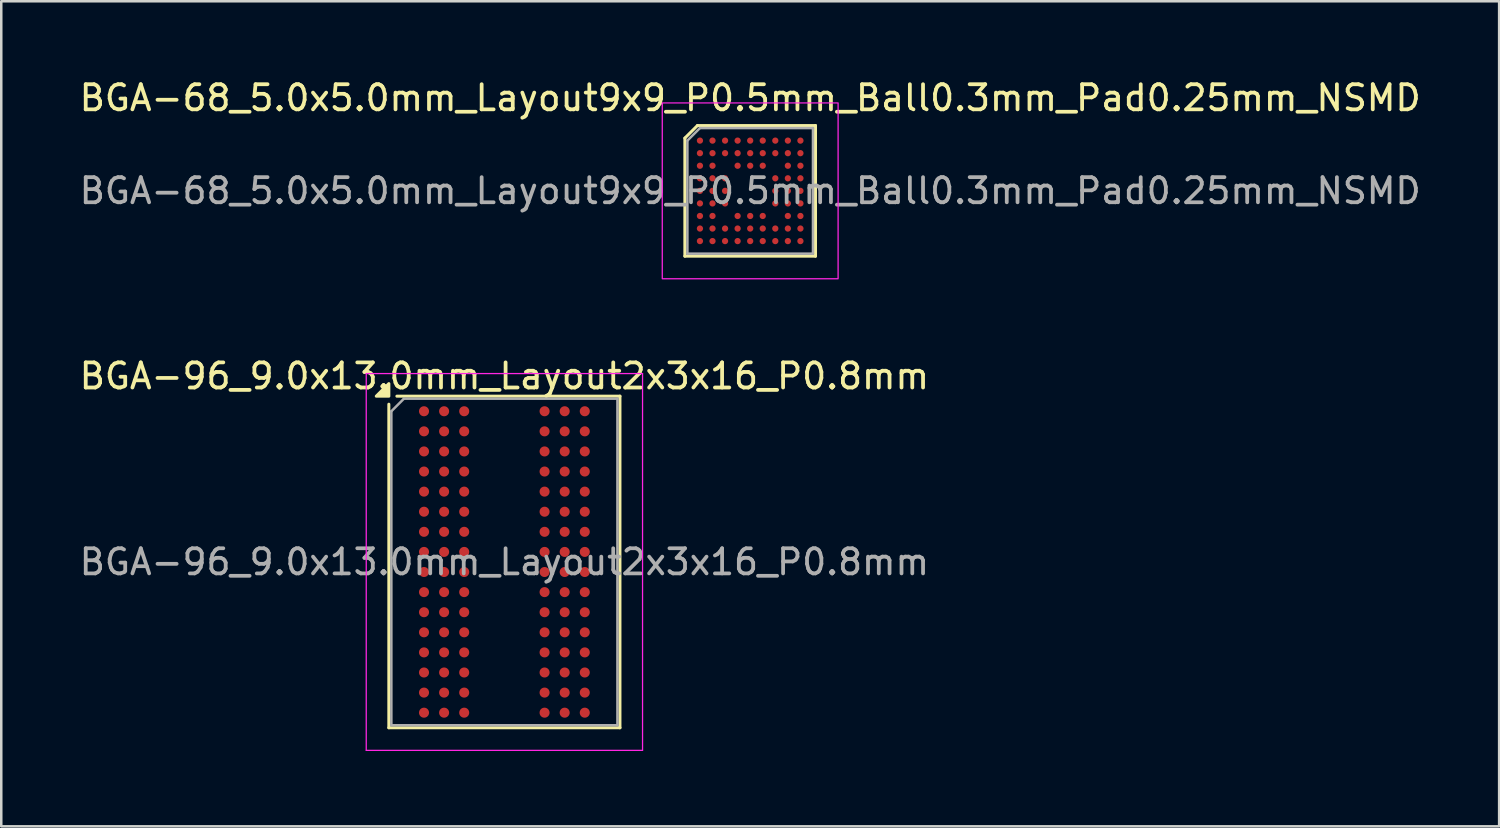
<source format=kicad_pcb>
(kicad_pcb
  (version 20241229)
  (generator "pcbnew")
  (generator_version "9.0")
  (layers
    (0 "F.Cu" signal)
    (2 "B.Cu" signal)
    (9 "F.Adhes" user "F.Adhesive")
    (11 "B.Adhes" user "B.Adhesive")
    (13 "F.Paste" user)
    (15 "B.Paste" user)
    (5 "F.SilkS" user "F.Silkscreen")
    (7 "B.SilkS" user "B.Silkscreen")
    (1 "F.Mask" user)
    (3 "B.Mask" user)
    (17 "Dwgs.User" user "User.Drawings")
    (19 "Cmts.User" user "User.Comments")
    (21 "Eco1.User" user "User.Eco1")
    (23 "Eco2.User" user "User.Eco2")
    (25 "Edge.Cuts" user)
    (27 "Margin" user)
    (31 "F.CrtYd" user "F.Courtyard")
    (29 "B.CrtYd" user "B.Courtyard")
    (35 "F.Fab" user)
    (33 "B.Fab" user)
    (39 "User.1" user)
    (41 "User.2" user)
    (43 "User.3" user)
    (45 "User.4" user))
  (footprint "BGA-96_9.0x13.0mm_Layout2x3x16_P0.8mm"
    (layer "F.Cu")
    (at 17.03 19.322)
    (property "Reference" "BGA-96_9.0x13.0mm_Layout2x3x16_P0.8mm" (at 0 -7.4 0) (layer "F.SilkS") (effects (font (size 1 1) (thickness 0.15))))
    (attr smd)
    (fp_line (start -4.6 -6.28) (end -4.6 6.6) (stroke (width 0.12) (type solid)) (layer "F.SilkS"))
    (fp_line (start -4.6 6.6) (end 4.6 6.6) (stroke (width 0.12) (type solid)) (layer "F.SilkS"))
    (fp_line (start 4.6 -6.6) (end -4.28 -6.6) (stroke (width 0.12) (type solid)) (layer "F.SilkS"))
    (fp_line (start 4.6 6.6) (end 4.6 -6.6) (stroke (width 0.12) (type solid)) (layer "F.SilkS"))
    (fp_poly (pts (xy -4.6 -6.6) (xy -5.1 -6.6) (xy -4.6 -7.1) (xy -4.6 -6.6)) (stroke (width 0.12) (type solid)) (fill yes) (layer "F.SilkS"))
    (fp_line (start -5.5 -7.5) (end -5.5 7.5) (stroke (width 0.05) (type solid)) (layer "F.CrtYd"))
    (fp_line (start -5.5 -7.5) (end 5.5 -7.5) (stroke (width 0.05) (type solid)) (layer "F.CrtYd"))
    (fp_line (start 5.5 7.5) (end -5.5 7.5) (stroke (width 0.05) (type solid)) (layer "F.CrtYd"))
    (fp_line (start 5.5 7.5) (end 5.5 -7.5) (stroke (width 0.05) (type solid)) (layer "F.CrtYd"))
    (fp_line (start -4.5 -6) (end -4.5 6.5) (stroke (width 0.1) (type solid)) (layer "F.Fab"))
    (fp_line (start -4.5 6.5) (end 4.5 6.5) (stroke (width 0.1) (type solid)) (layer "F.Fab"))
    (fp_line (start -4 -6.5) (end -4.5 -6) (stroke (width 0.1) (type solid)) (layer "F.Fab"))
    (fp_line (start 4.5 -6.5) (end -4 -6.5) (stroke (width 0.1) (type solid)) (layer "F.Fab"))
    (fp_line (start 4.5 6.5) (end 4.5 -6.5) (stroke (width 0.1) (type solid)) (layer "F.Fab"))
    (fp_text user "${REFERENCE}" (at 0 0 0) (layer "F.Fab") (effects (font (size 1 1) (thickness 0.15))))
    (pad "A1" smd circle (at -3.2 -6) (size 0.4 0.4) (property pad_prop_bga) (layers "F.Cu" "F.Mask" "F.Paste"))
    (pad "A2" smd circle (at -2.4 -6) (size 0.4 0.4) (property pad_prop_bga) (layers "F.Cu" "F.Mask" "F.Paste"))
    (pad "A3" smd circle (at -1.6 -6) (size 0.4 0.4) (property pad_prop_bga) (layers "F.Cu" "F.Mask" "F.Paste"))
    (pad "A7" smd circle (at 1.6 -6) (size 0.4 0.4) (property pad_prop_bga) (layers "F.Cu" "F.Mask" "F.Paste"))
    (pad "A8" smd circle (at 2.4 -6) (size 0.4 0.4) (property pad_prop_bga) (layers "F.Cu" "F.Mask" "F.Paste"))
    (pad "A9" smd circle (at 3.2 -6) (size 0.4 0.4) (property pad_prop_bga) (layers "F.Cu" "F.Mask" "F.Paste"))
    (pad "B1" smd circle (at -3.2 -5.2) (size 0.4 0.4) (property pad_prop_bga) (layers "F.Cu" "F.Mask" "F.Paste"))
    (pad "B2" smd circle (at -2.4 -5.2) (size 0.4 0.4) (property pad_prop_bga) (layers "F.Cu" "F.Mask" "F.Paste"))
    (pad "B3" smd circle (at -1.6 -5.2) (size 0.4 0.4) (property pad_prop_bga) (layers "F.Cu" "F.Mask" "F.Paste"))
    (pad "B7" smd circle (at 1.6 -5.2) (size 0.4 0.4) (property pad_prop_bga) (layers "F.Cu" "F.Mask" "F.Paste"))
    (pad "B8" smd circle (at 2.4 -5.2) (size 0.4 0.4) (property pad_prop_bga) (layers "F.Cu" "F.Mask" "F.Paste"))
    (pad "B9" smd circle (at 3.2 -5.2) (size 0.4 0.4) (property pad_prop_bga) (layers "F.Cu" "F.Mask" "F.Paste"))
    (pad "C1" smd circle (at -3.2 -4.4) (size 0.4 0.4) (property pad_prop_bga) (layers "F.Cu" "F.Mask" "F.Paste"))
    (pad "C2" smd circle (at -2.4 -4.4) (size 0.4 0.4) (property pad_prop_bga) (layers "F.Cu" "F.Mask" "F.Paste"))
    (pad "C3" smd circle (at -1.6 -4.4) (size 0.4 0.4) (property pad_prop_bga) (layers "F.Cu" "F.Mask" "F.Paste"))
    (pad "C7" smd circle (at 1.6 -4.4) (size 0.4 0.4) (property pad_prop_bga) (layers "F.Cu" "F.Mask" "F.Paste"))
    (pad "C8" smd circle (at 2.4 -4.4) (size 0.4 0.4) (property pad_prop_bga) (layers "F.Cu" "F.Mask" "F.Paste"))
    (pad "C9" smd circle (at 3.2 -4.4) (size 0.4 0.4) (property pad_prop_bga) (layers "F.Cu" "F.Mask" "F.Paste"))
    (pad "D1" smd circle (at -3.2 -3.6) (size 0.4 0.4) (property pad_prop_bga) (layers "F.Cu" "F.Mask" "F.Paste"))
    (pad "D2" smd circle (at -2.4 -3.6) (size 0.4 0.4) (property pad_prop_bga) (layers "F.Cu" "F.Mask" "F.Paste"))
    (pad "D3" smd circle (at -1.6 -3.6) (size 0.4 0.4) (property pad_prop_bga) (layers "F.Cu" "F.Mask" "F.Paste"))
    (pad "D7" smd circle (at 1.6 -3.6) (size 0.4 0.4) (property pad_prop_bga) (layers "F.Cu" "F.Mask" "F.Paste"))
    (pad "D8" smd circle (at 2.4 -3.6) (size 0.4 0.4) (property pad_prop_bga) (layers "F.Cu" "F.Mask" "F.Paste"))
    (pad "D9" smd circle (at 3.2 -3.6) (size 0.4 0.4) (property pad_prop_bga) (layers "F.Cu" "F.Mask" "F.Paste"))
    (pad "E1" smd circle (at -3.2 -2.8) (size 0.4 0.4) (property pad_prop_bga) (layers "F.Cu" "F.Mask" "F.Paste"))
    (pad "E2" smd circle (at -2.4 -2.8) (size 0.4 0.4) (property pad_prop_bga) (layers "F.Cu" "F.Mask" "F.Paste"))
    (pad "E3" smd circle (at -1.6 -2.8) (size 0.4 0.4) (property pad_prop_bga) (layers "F.Cu" "F.Mask" "F.Paste"))
    (pad "E7" smd circle (at 1.6 -2.8) (size 0.4 0.4) (property pad_prop_bga) (layers "F.Cu" "F.Mask" "F.Paste"))
    (pad "E8" smd circle (at 2.4 -2.8) (size 0.4 0.4) (property pad_prop_bga) (layers "F.Cu" "F.Mask" "F.Paste"))
    (pad "E9" smd circle (at 3.2 -2.8) (size 0.4 0.4) (property pad_prop_bga) (layers "F.Cu" "F.Mask" "F.Paste"))
    (pad "F1" smd circle (at -3.2 -2) (size 0.4 0.4) (property pad_prop_bga) (layers "F.Cu" "F.Mask" "F.Paste"))
    (pad "F2" smd circle (at -2.4 -2) (size 0.4 0.4) (property pad_prop_bga) (layers "F.Cu" "F.Mask" "F.Paste"))
    (pad "F3" smd circle (at -1.6 -2) (size 0.4 0.4) (property pad_prop_bga) (layers "F.Cu" "F.Mask" "F.Paste"))
    (pad "F7" smd circle (at 1.6 -2) (size 0.4 0.4) (property pad_prop_bga) (layers "F.Cu" "F.Mask" "F.Paste"))
    (pad "F8" smd circle (at 2.4 -2) (size 0.4 0.4) (property pad_prop_bga) (layers "F.Cu" "F.Mask" "F.Paste"))
    (pad "F9" smd circle (at 3.2 -2) (size 0.4 0.4) (property pad_prop_bga) (layers "F.Cu" "F.Mask" "F.Paste"))
    (pad "G1" smd circle (at -3.2 -1.2) (size 0.4 0.4) (property pad_prop_bga) (layers "F.Cu" "F.Mask" "F.Paste"))
    (pad "G2" smd circle (at -2.4 -1.2) (size 0.4 0.4) (property pad_prop_bga) (layers "F.Cu" "F.Mask" "F.Paste"))
    (pad "G3" smd circle (at -1.6 -1.2) (size 0.4 0.4) (property pad_prop_bga) (layers "F.Cu" "F.Mask" "F.Paste"))
    (pad "G7" smd circle (at 1.6 -1.2) (size 0.4 0.4) (property pad_prop_bga) (layers "F.Cu" "F.Mask" "F.Paste"))
    (pad "G8" smd circle (at 2.4 -1.2) (size 0.4 0.4) (property pad_prop_bga) (layers "F.Cu" "F.Mask" "F.Paste"))
    (pad "G9" smd circle (at 3.2 -1.2) (size 0.4 0.4) (property pad_prop_bga) (layers "F.Cu" "F.Mask" "F.Paste"))
    (pad "H1" smd circle (at -3.2 -0.4) (size 0.4 0.4) (property pad_prop_bga) (layers "F.Cu" "F.Mask" "F.Paste"))
    (pad "H2" smd circle (at -2.4 -0.4) (size 0.4 0.4) (property pad_prop_bga) (layers "F.Cu" "F.Mask" "F.Paste"))
    (pad "H3" smd circle (at -1.6 -0.4) (size 0.4 0.4) (property pad_prop_bga) (layers "F.Cu" "F.Mask" "F.Paste"))
    (pad "H7" smd circle (at 1.6 -0.4) (size 0.4 0.4) (property pad_prop_bga) (layers "F.Cu" "F.Mask" "F.Paste"))
    (pad "H8" smd circle (at 2.4 -0.4) (size 0.4 0.4) (property pad_prop_bga) (layers "F.Cu" "F.Mask" "F.Paste"))
    (pad "H9" smd circle (at 3.2 -0.4) (size 0.4 0.4) (property pad_prop_bga) (layers "F.Cu" "F.Mask" "F.Paste"))
    (pad "J1" smd circle (at -3.2 0.4) (size 0.4 0.4) (property pad_prop_bga) (layers "F.Cu" "F.Mask" "F.Paste"))
    (pad "J2" smd circle (at -2.4 0.4) (size 0.4 0.4) (property pad_prop_bga) (layers "F.Cu" "F.Mask" "F.Paste"))
    (pad "J3" smd circle (at -1.6 0.4) (size 0.4 0.4) (property pad_prop_bga) (layers "F.Cu" "F.Mask" "F.Paste"))
    (pad "J7" smd circle (at 1.6 0.4) (size 0.4 0.4) (property pad_prop_bga) (layers "F.Cu" "F.Mask" "F.Paste"))
    (pad "J8" smd circle (at 2.4 0.4) (size 0.4 0.4) (property pad_prop_bga) (layers "F.Cu" "F.Mask" "F.Paste"))
    (pad "J9" smd circle (at 3.2 0.4) (size 0.4 0.4) (property pad_prop_bga) (layers "F.Cu" "F.Mask" "F.Paste"))
    (pad "K1" smd circle (at -3.2 1.2) (size 0.4 0.4) (property pad_prop_bga) (layers "F.Cu" "F.Mask" "F.Paste"))
    (pad "K2" smd circle (at -2.4 1.2) (size 0.4 0.4) (property pad_prop_bga) (layers "F.Cu" "F.Mask" "F.Paste"))
    (pad "K3" smd circle (at -1.6 1.2) (size 0.4 0.4) (property pad_prop_bga) (layers "F.Cu" "F.Mask" "F.Paste"))
    (pad "K7" smd circle (at 1.6 1.2) (size 0.4 0.4) (property pad_prop_bga) (layers "F.Cu" "F.Mask" "F.Paste"))
    (pad "K8" smd circle (at 2.4 1.2) (size 0.4 0.4) (property pad_prop_bga) (layers "F.Cu" "F.Mask" "F.Paste"))
    (pad "K9" smd circle (at 3.2 1.2) (size 0.4 0.4) (property pad_prop_bga) (layers "F.Cu" "F.Mask" "F.Paste"))
    (pad "L1" smd circle (at -3.2 2) (size 0.4 0.4) (property pad_prop_bga) (layers "F.Cu" "F.Mask" "F.Paste"))
    (pad "L2" smd circle (at -2.4 2) (size 0.4 0.4) (property pad_prop_bga) (layers "F.Cu" "F.Mask" "F.Paste"))
    (pad "L3" smd circle (at -1.6 2) (size 0.4 0.4) (property pad_prop_bga) (layers "F.Cu" "F.Mask" "F.Paste"))
    (pad "L7" smd circle (at 1.6 2) (size 0.4 0.4) (property pad_prop_bga) (layers "F.Cu" "F.Mask" "F.Paste"))
    (pad "L8" smd circle (at 2.4 2) (size 0.4 0.4) (property pad_prop_bga) (layers "F.Cu" "F.Mask" "F.Paste"))
    (pad "L9" smd circle (at 3.2 2) (size 0.4 0.4) (property pad_prop_bga) (layers "F.Cu" "F.Mask" "F.Paste"))
    (pad "M1" smd circle (at -3.2 2.8) (size 0.4 0.4) (property pad_prop_bga) (layers "F.Cu" "F.Mask" "F.Paste"))
    (pad "M2" smd circle (at -2.4 2.8) (size 0.4 0.4) (property pad_prop_bga) (layers "F.Cu" "F.Mask" "F.Paste"))
    (pad "M3" smd circle (at -1.6 2.8) (size 0.4 0.4) (property pad_prop_bga) (layers "F.Cu" "F.Mask" "F.Paste"))
    (pad "M7" smd circle (at 1.6 2.8) (size 0.4 0.4) (property pad_prop_bga) (layers "F.Cu" "F.Mask" "F.Paste"))
    (pad "M8" smd circle (at 2.4 2.8) (size 0.4 0.4) (property pad_prop_bga) (layers "F.Cu" "F.Mask" "F.Paste"))
    (pad "M9" smd circle (at 3.2 2.8) (size 0.4 0.4) (property pad_prop_bga) (layers "F.Cu" "F.Mask" "F.Paste"))
    (pad "N1" smd circle (at -3.2 3.6) (size 0.4 0.4) (property pad_prop_bga) (layers "F.Cu" "F.Mask" "F.Paste"))
    (pad "N2" smd circle (at -2.4 3.6) (size 0.4 0.4) (property pad_prop_bga) (layers "F.Cu" "F.Mask" "F.Paste"))
    (pad "N3" smd circle (at -1.6 3.6) (size 0.4 0.4) (property pad_prop_bga) (layers "F.Cu" "F.Mask" "F.Paste"))
    (pad "N7" smd circle (at 1.6 3.6) (size 0.4 0.4) (property pad_prop_bga) (layers "F.Cu" "F.Mask" "F.Paste"))
    (pad "N8" smd circle (at 2.4 3.6) (size 0.4 0.4) (property pad_prop_bga) (layers "F.Cu" "F.Mask" "F.Paste"))
    (pad "N9" smd circle (at 3.2 3.6) (size 0.4 0.4) (property pad_prop_bga) (layers "F.Cu" "F.Mask" "F.Paste"))
    (pad "P1" smd circle (at -3.2 4.4) (size 0.4 0.4) (property pad_prop_bga) (layers "F.Cu" "F.Mask" "F.Paste"))
    (pad "P2" smd circle (at -2.4 4.4) (size 0.4 0.4) (property pad_prop_bga) (layers "F.Cu" "F.Mask" "F.Paste"))
    (pad "P3" smd circle (at -1.6 4.4) (size 0.4 0.4) (property pad_prop_bga) (layers "F.Cu" "F.Mask" "F.Paste"))
    (pad "P7" smd circle (at 1.6 4.4) (size 0.4 0.4) (property pad_prop_bga) (layers "F.Cu" "F.Mask" "F.Paste"))
    (pad "P8" smd circle (at 2.4 4.4) (size 0.4 0.4) (property pad_prop_bga) (layers "F.Cu" "F.Mask" "F.Paste"))
    (pad "P9" smd circle (at 3.2 4.4) (size 0.4 0.4) (property pad_prop_bga) (layers "F.Cu" "F.Mask" "F.Paste"))
    (pad "R1" smd circle (at -3.2 5.2) (size 0.4 0.4) (property pad_prop_bga) (layers "F.Cu" "F.Mask" "F.Paste"))
    (pad "R2" smd circle (at -2.4 5.2) (size 0.4 0.4) (property pad_prop_bga) (layers "F.Cu" "F.Mask" "F.Paste"))
    (pad "R3" smd circle (at -1.6 5.2) (size 0.4 0.4) (property pad_prop_bga) (layers "F.Cu" "F.Mask" "F.Paste"))
    (pad "R7" smd circle (at 1.6 5.2) (size 0.4 0.4) (property pad_prop_bga) (layers "F.Cu" "F.Mask" "F.Paste"))
    (pad "R8" smd circle (at 2.4 5.2) (size 0.4 0.4) (property pad_prop_bga) (layers "F.Cu" "F.Mask" "F.Paste"))
    (pad "R9" smd circle (at 3.2 5.2) (size 0.4 0.4) (property pad_prop_bga) (layers "F.Cu" "F.Mask" "F.Paste"))
    (pad "T1" smd circle (at -3.2 6) (size 0.4 0.4) (property pad_prop_bga) (layers "F.Cu" "F.Mask" "F.Paste"))
    (pad "T2" smd circle (at -2.4 6) (size 0.4 0.4) (property pad_prop_bga) (layers "F.Cu" "F.Mask" "F.Paste"))
    (pad "T3" smd circle (at -1.6 6) (size 0.4 0.4) (property pad_prop_bga) (layers "F.Cu" "F.Mask" "F.Paste"))
    (pad "T7" smd circle (at 1.6 6) (size 0.4 0.4) (property pad_prop_bga) (layers "F.Cu" "F.Mask" "F.Paste"))
    (pad "T8" smd circle (at 2.4 6) (size 0.4 0.4) (property pad_prop_bga) (layers "F.Cu" "F.Mask" "F.Paste"))
    (pad "T9" smd circle (at 3.2 6) (size 0.4 0.4) (property pad_prop_bga) (layers "F.Cu" "F.Mask" "F.Paste")))
  (footprint "BGA-68_5.0x5.0mm_Layout9x9_P0.5mm_Ball0.3mm_Pad0.25mm_NSMD"
    (layer "F.Cu")
    (at 26.815 4.548)
    (property "Reference" "BGA-68_5.0x5.0mm_Layout9x9_P0.5mm_Ball0.3mm_Pad0.25mm_NSMD" (at 0 -3.7 0) (layer "F.SilkS") (effects (font (size 1 1) (thickness 0.15))))
    (attr smd)
    (fp_line (start -2.6 -2.1) (end -2.6 2.6) (stroke (width 0.12) (type solid)) (layer "F.SilkS"))
    (fp_line (start -2.6 2.6) (end 2.6 2.6) (stroke (width 0.12) (type solid)) (layer "F.SilkS"))
    (fp_line (start -2.1 -2.6) (end -2.6 -2.1) (stroke (width 0.12) (type solid)) (layer "F.SilkS"))
    (fp_line (start 2.6 -2.6) (end -2.1 -2.6) (stroke (width 0.12) (type solid)) (layer "F.SilkS"))
    (fp_line (start 2.6 2.6) (end 2.6 -2.6) (stroke (width 0.12) (type solid)) (layer "F.SilkS"))
    (fp_rect (start 3.5 3.5) (end -3.5 -3.5) (stroke (width 0.05) (type solid)) (fill no) (layer "F.CrtYd"))
    (fp_line (start -2.5 -2) (end -2.5 2.5) (stroke (width 0.1) (type solid)) (layer "F.Fab"))
    (fp_line (start -2.5 2.5) (end 2.5 2.5) (stroke (width 0.1) (type solid)) (layer "F.Fab"))
    (fp_line (start -2 -2.5) (end -2.5 -2) (stroke (width 0.1) (type solid)) (layer "F.Fab"))
    (fp_line (start 2.5 -2.5) (end -2 -2.5) (stroke (width 0.1) (type solid)) (layer "F.Fab"))
    (fp_line (start 2.5 2.5) (end 2.5 -2.5) (stroke (width 0.1) (type solid)) (layer "F.Fab"))
    (fp_text user "${REFERENCE}" (at 0 0 0) (layer "F.Fab") (effects (font (size 1 1) (thickness 0.15))))
    (pad "A1" smd circle (at -2 -2) (size 0.25 0.25) (layers "F.Cu" "F.Mask" "F.Paste"))
    (pad "A2" smd circle (at -1.5 -2) (size 0.25 0.25) (layers "F.Cu" "F.Mask" "F.Paste"))
    (pad "A3" smd circle (at -1 -2) (size 0.25 0.25) (layers "F.Cu" "F.Mask" "F.Paste"))
    (pad "A4" smd circle (at -0.5 -2) (size 0.25 0.25) (layers "F.Cu" "F.Mask" "F.Paste"))
    (pad "A5" smd circle (at 0 -2) (size 0.25 0.25) (layers "F.Cu" "F.Mask" "F.Paste"))
    (pad "A6" smd circle (at 0.5 -2) (size 0.25 0.25) (layers "F.Cu" "F.Mask" "F.Paste"))
    (pad "A7" smd circle (at 1 -2) (size 0.25 0.25) (layers "F.Cu" "F.Mask" "F.Paste"))
    (pad "A8" smd circle (at 1.5 -2) (size 0.25 0.25) (layers "F.Cu" "F.Mask" "F.Paste"))
    (pad "A9" smd circle (at 2 -2) (size 0.25 0.25) (layers "F.Cu" "F.Mask" "F.Paste"))
    (pad "B1" smd circle (at -2 -1.5) (size 0.25 0.25) (layers "F.Cu" "F.Mask" "F.Paste"))
    (pad "B2" smd circle (at -1.5 -1.5) (size 0.25 0.25) (layers "F.Cu" "F.Mask" "F.Paste"))
    (pad "B3" smd circle (at -1 -1.5) (size 0.25 0.25) (layers "F.Cu" "F.Mask" "F.Paste"))
    (pad "B4" smd circle (at -0.5 -1.5) (size 0.25 0.25) (layers "F.Cu" "F.Mask" "F.Paste"))
    (pad "B5" smd circle (at 0 -1.5) (size 0.25 0.25) (layers "F.Cu" "F.Mask" "F.Paste"))
    (pad "B6" smd circle (at 0.5 -1.5) (size 0.25 0.25) (layers "F.Cu" "F.Mask" "F.Paste"))
    (pad "B7" smd circle (at 1 -1.5) (size 0.25 0.25) (layers "F.Cu" "F.Mask" "F.Paste"))
    (pad "B8" smd circle (at 1.5 -1.5) (size 0.25 0.25) (layers "F.Cu" "F.Mask" "F.Paste"))
    (pad "B9" smd circle (at 2 -1.5) (size 0.25 0.25) (layers "F.Cu" "F.Mask" "F.Paste"))
    (pad "C1" smd circle (at -2 -1) (size 0.25 0.25) (layers "F.Cu" "F.Mask" "F.Paste"))
    (pad "C2" smd circle (at -1.5 -1) (size 0.25 0.25) (layers "F.Cu" "F.Mask" "F.Paste"))
    (pad "C4" smd circle (at -0.5 -1) (size 0.25 0.25) (layers "F.Cu" "F.Mask" "F.Paste"))
    (pad "C5" smd circle (at 0 -1) (size 0.25 0.25) (layers "F.Cu" "F.Mask" "F.Paste"))
    (pad "C6" smd circle (at 0.5 -1) (size 0.25 0.25) (layers "F.Cu" "F.Mask" "F.Paste"))
    (pad "C8" smd circle (at 1.5 -1) (size 0.25 0.25) (layers "F.Cu" "F.Mask" "F.Paste"))
    (pad "C9" smd circle (at 2 -1) (size 0.25 0.25) (layers "F.Cu" "F.Mask" "F.Paste"))
    (pad "D1" smd circle (at -2 -0.5) (size 0.25 0.25) (layers "F.Cu" "F.Mask" "F.Paste"))
    (pad "D2" smd circle (at -1.5 -0.5) (size 0.25 0.25) (layers "F.Cu" "F.Mask" "F.Paste"))
    (pad "D3" smd circle (at -1 -0.5) (size 0.25 0.25) (layers "F.Cu" "F.Mask" "F.Paste"))
    (pad "D7" smd circle (at 1 -0.5) (size 0.25 0.25) (layers "F.Cu" "F.Mask" "F.Paste"))
    (pad "D8" smd circle (at 1.5 -0.5) (size 0.25 0.25) (layers "F.Cu" "F.Mask" "F.Paste"))
    (pad "D9" smd circle (at 2 -0.5) (size 0.25 0.25) (layers "F.Cu" "F.Mask" "F.Paste"))
    (pad "E1" smd circle (at -2 0) (size 0.25 0.25) (layers "F.Cu" "F.Mask" "F.Paste"))
    (pad "E2" smd circle (at -1.5 0) (size 0.25 0.25) (layers "F.Cu" "F.Mask" "F.Paste"))
    (pad "E3" smd circle (at -1 0) (size 0.25 0.25) (layers "F.Cu" "F.Mask" "F.Paste"))
    (pad "E7" smd circle (at 1 0) (size 0.25 0.25) (layers "F.Cu" "F.Mask" "F.Paste"))
    (pad "E8" smd circle (at 1.5 0) (size 0.25 0.25) (layers "F.Cu" "F.Mask" "F.Paste"))
    (pad "E9" smd circle (at 2 0) (size 0.25 0.25) (layers "F.Cu" "F.Mask" "F.Paste"))
    (pad "F1" smd circle (at -2 0.5) (size 0.25 0.25) (layers "F.Cu" "F.Mask" "F.Paste"))
    (pad "F2" smd circle (at -1.5 0.5) (size 0.25 0.25) (layers "F.Cu" "F.Mask" "F.Paste"))
    (pad "F3" smd circle (at -1 0.5) (size 0.25 0.25) (layers "F.Cu" "F.Mask" "F.Paste"))
    (pad "F7" smd circle (at 1 0.5) (size 0.25 0.25) (layers "F.Cu" "F.Mask" "F.Paste"))
    (pad "F8" smd circle (at 1.5 0.5) (size 0.25 0.25) (layers "F.Cu" "F.Mask" "F.Paste"))
    (pad "F9" smd circle (at 2 0.5) (size 0.25 0.25) (layers "F.Cu" "F.Mask" "F.Paste"))
    (pad "G1" smd circle (at -2 1) (size 0.25 0.25) (layers "F.Cu" "F.Mask" "F.Paste"))
    (pad "G2" smd circle (at -1.5 1) (size 0.25 0.25) (layers "F.Cu" "F.Mask" "F.Paste"))
    (pad "G4" smd circle (at -0.5 1) (size 0.25 0.25) (layers "F.Cu" "F.Mask" "F.Paste"))
    (pad "G5" smd circle (at 0 1) (size 0.25 0.25) (layers "F.Cu" "F.Mask" "F.Paste"))
    (pad "G6" smd circle (at 0.5 1) (size 0.25 0.25) (layers "F.Cu" "F.Mask" "F.Paste"))
    (pad "G8" smd circle (at 1.5 1) (size 0.25 0.25) (layers "F.Cu" "F.Mask" "F.Paste"))
    (pad "G9" smd circle (at 2 1) (size 0.25 0.25) (layers "F.Cu" "F.Mask" "F.Paste"))
    (pad "H1" smd circle (at -2 1.5) (size 0.25 0.25) (layers "F.Cu" "F.Mask" "F.Paste"))
    (pad "H2" smd circle (at -1.5 1.5) (size 0.25 0.25) (layers "F.Cu" "F.Mask" "F.Paste"))
    (pad "H3" smd circle (at -1 1.5) (size 0.25 0.25) (layers "F.Cu" "F.Mask" "F.Paste"))
    (pad "H4" smd circle (at -0.5 1.5) (size 0.25 0.25) (layers "F.Cu" "F.Mask" "F.Paste"))
    (pad "H5" smd circle (at 0 1.5) (size 0.25 0.25) (layers "F.Cu" "F.Mask" "F.Paste"))
    (pad "H6" smd circle (at 0.5 1.5) (size 0.25 0.25) (layers "F.Cu" "F.Mask" "F.Paste"))
    (pad "H7" smd circle (at 1 1.5) (size 0.25 0.25) (layers "F.Cu" "F.Mask" "F.Paste"))
    (pad "H8" smd circle (at 1.5 1.5) (size 0.25 0.25) (layers "F.Cu" "F.Mask" "F.Paste"))
    (pad "H9" smd circle (at 2 1.5) (size 0.25 0.25) (layers "F.Cu" "F.Mask" "F.Paste"))
    (pad "J1" smd circle (at -2 2) (size 0.25 0.25) (layers "F.Cu" "F.Mask" "F.Paste"))
    (pad "J2" smd circle (at -1.5 2) (size 0.25 0.25) (layers "F.Cu" "F.Mask" "F.Paste"))
    (pad "J3" smd circle (at -1 2) (size 0.25 0.25) (layers "F.Cu" "F.Mask" "F.Paste"))
    (pad "J4" smd circle (at -0.5 2) (size 0.25 0.25) (layers "F.Cu" "F.Mask" "F.Paste"))
    (pad "J5" smd circle (at 0 2) (size 0.25 0.25) (layers "F.Cu" "F.Mask" "F.Paste"))
    (pad "J6" smd circle (at 0.5 2) (size 0.25 0.25) (layers "F.Cu" "F.Mask" "F.Paste"))
    (pad "J7" smd circle (at 1 2) (size 0.25 0.25) (layers "F.Cu" "F.Mask" "F.Paste"))
    (pad "J8" smd circle (at 1.5 2) (size 0.25 0.25) (layers "F.Cu" "F.Mask" "F.Paste"))
    (pad "J9" smd circle (at 2 2) (size 0.25 0.25) (layers "F.Cu" "F.Mask" "F.Paste")))
  (gr_rect
    (start -3 -3)
    (end 56.631 29.846)
    (stroke (width 0.1) (type default))
    (fill no)
    (layer "Edge.Cuts")))
</source>
